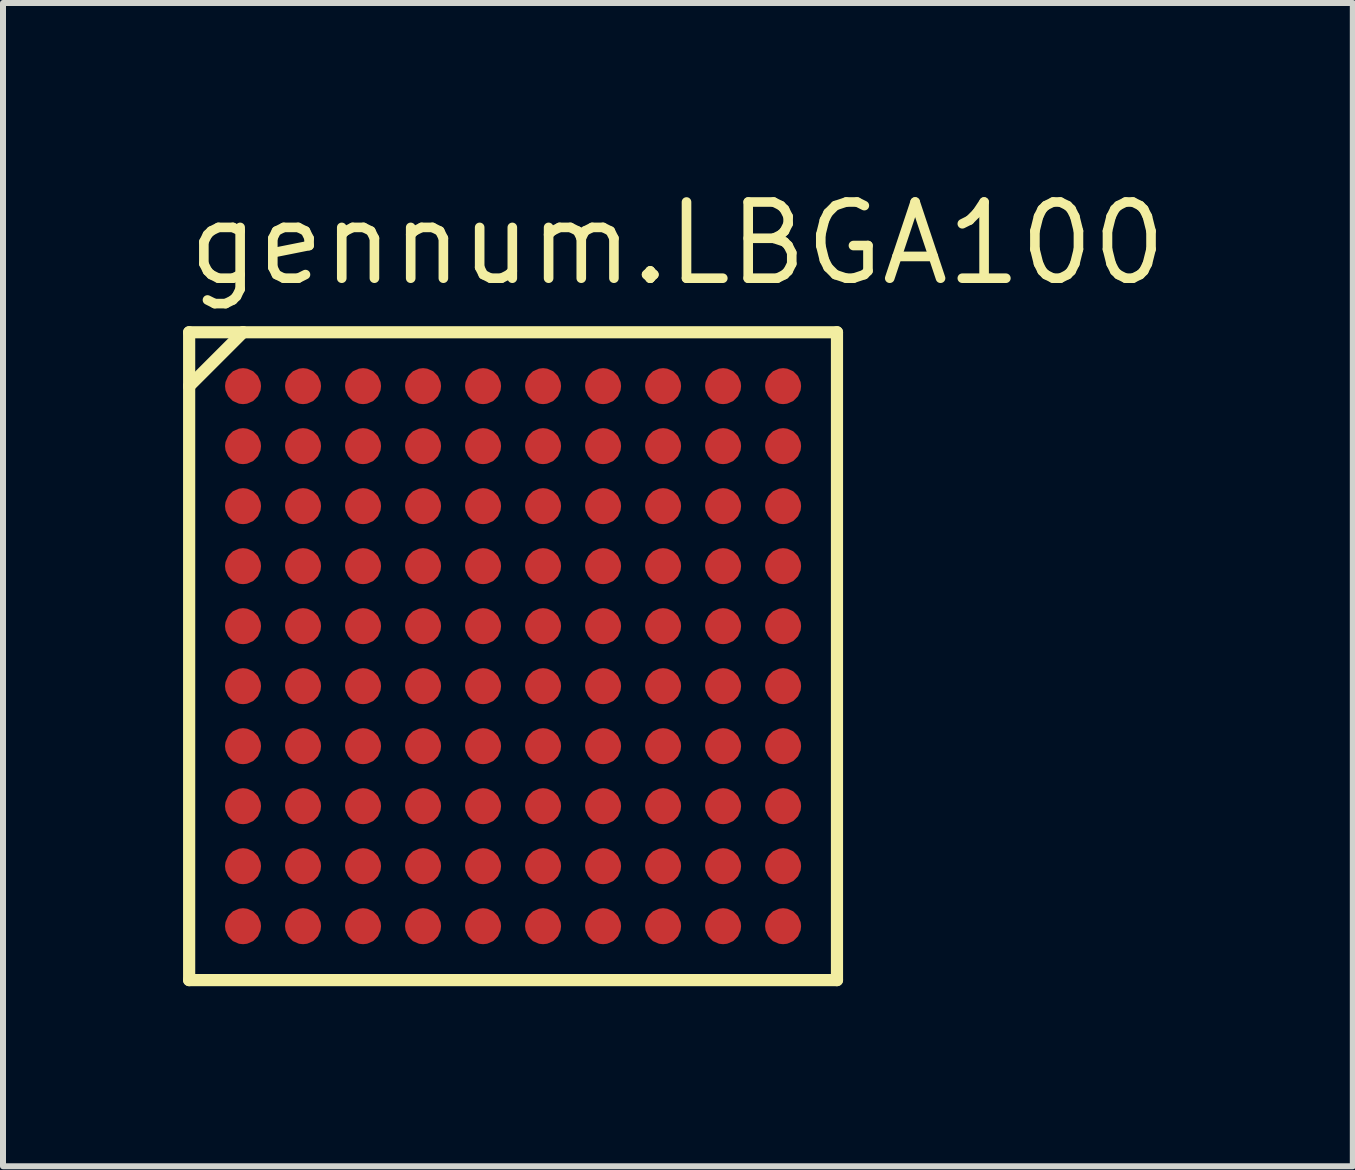
<source format=kicad_pcb>
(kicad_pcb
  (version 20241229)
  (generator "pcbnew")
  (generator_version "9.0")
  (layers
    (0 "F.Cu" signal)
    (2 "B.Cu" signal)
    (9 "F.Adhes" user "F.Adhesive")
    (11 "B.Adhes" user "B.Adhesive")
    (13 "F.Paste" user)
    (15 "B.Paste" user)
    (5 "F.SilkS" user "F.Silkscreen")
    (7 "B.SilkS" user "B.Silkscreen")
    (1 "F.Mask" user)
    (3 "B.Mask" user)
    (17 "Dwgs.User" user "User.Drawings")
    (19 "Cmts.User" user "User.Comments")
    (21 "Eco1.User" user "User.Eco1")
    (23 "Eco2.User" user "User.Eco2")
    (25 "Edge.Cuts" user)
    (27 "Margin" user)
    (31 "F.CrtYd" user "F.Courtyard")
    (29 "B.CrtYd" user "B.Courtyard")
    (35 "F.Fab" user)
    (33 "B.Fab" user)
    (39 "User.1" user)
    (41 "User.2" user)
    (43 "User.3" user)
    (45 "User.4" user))
  (footprint "gennum.LBGA100"
    (layer "F.Cu")
    (at 5.5 7.885)
    (property "Reference" "gennum.LBGA100" (at -5.5 -6.135 0) (layer "F.SilkS") (effects (font (size 1.27 1.27) (thickness 0.16)) (justify left bottom)))
    (attr smd)
    (fp_circle (center -4.5 -4.5) (end -4.25 -4.5) (stroke (width 0.1) (type default)) (fill no) (layer "F.Mask"))
    (fp_circle (center -4.5 -3.5) (end -4.25 -3.5) (stroke (width 0.1) (type default)) (fill no) (layer "F.Mask"))
    (fp_circle (center -4.5 -2.5) (end -4.25 -2.5) (stroke (width 0.1) (type default)) (fill no) (layer "F.Mask"))
    (fp_circle (center -4.5 -1.5) (end -4.25 -1.5) (stroke (width 0.1) (type default)) (fill no) (layer "F.Mask"))
    (fp_circle (center -4.5 -0.5) (end -4.25 -0.5) (stroke (width 0.1) (type default)) (fill no) (layer "F.Mask"))
    (fp_circle (center -4.5 0.5) (end -4.25 0.5) (stroke (width 0.1) (type default)) (fill no) (layer "F.Mask"))
    (fp_circle (center -4.5 1.5) (end -4.25 1.5) (stroke (width 0.1) (type default)) (fill no) (layer "F.Mask"))
    (fp_circle (center -4.5 2.5) (end -4.25 2.5) (stroke (width 0.1) (type default)) (fill no) (layer "F.Mask"))
    (fp_circle (center -4.5 3.5) (end -4.25 3.5) (stroke (width 0.1) (type default)) (fill no) (layer "F.Mask"))
    (fp_circle (center -4.5 4.5) (end -4.25 4.5) (stroke (width 0.1) (type default)) (fill no) (layer "F.Mask"))
    (fp_circle (center -3.5 -4.5) (end -3.25 -4.5) (stroke (width 0.1) (type default)) (fill no) (layer "F.Mask"))
    (fp_circle (center -3.5 -3.5) (end -3.25 -3.5) (stroke (width 0.1) (type default)) (fill no) (layer "F.Mask"))
    (fp_circle (center -3.5 -2.5) (end -3.25 -2.5) (stroke (width 0.1) (type default)) (fill no) (layer "F.Mask"))
    (fp_circle (center -3.5 -1.5) (end -3.25 -1.5) (stroke (width 0.1) (type default)) (fill no) (layer "F.Mask"))
    (fp_circle (center -3.5 -0.5) (end -3.25 -0.5) (stroke (width 0.1) (type default)) (fill no) (layer "F.Mask"))
    (fp_circle (center -3.5 0.5) (end -3.25 0.5) (stroke (width 0.1) (type default)) (fill no) (layer "F.Mask"))
    (fp_circle (center -3.5 1.5) (end -3.25 1.5) (stroke (width 0.1) (type default)) (fill no) (layer "F.Mask"))
    (fp_circle (center -3.5 2.5) (end -3.25 2.5) (stroke (width 0.1) (type default)) (fill no) (layer "F.Mask"))
    (fp_circle (center -3.5 3.5) (end -3.25 3.5) (stroke (width 0.1) (type default)) (fill no) (layer "F.Mask"))
    (fp_circle (center -3.5 4.5) (end -3.25 4.5) (stroke (width 0.1) (type default)) (fill no) (layer "F.Mask"))
    (fp_circle (center -2.5 -4.5) (end -2.25 -4.5) (stroke (width 0.1) (type default)) (fill no) (layer "F.Mask"))
    (fp_circle (center -2.5 -3.5) (end -2.25 -3.5) (stroke (width 0.1) (type default)) (fill no) (layer "F.Mask"))
    (fp_circle (center -2.5 -2.5) (end -2.25 -2.5) (stroke (width 0.1) (type default)) (fill no) (layer "F.Mask"))
    (fp_circle (center -2.5 -1.5) (end -2.25 -1.5) (stroke (width 0.1) (type default)) (fill no) (layer "F.Mask"))
    (fp_circle (center -2.5 -0.5) (end -2.25 -0.5) (stroke (width 0.1) (type default)) (fill no) (layer "F.Mask"))
    (fp_circle (center -2.5 0.5) (end -2.25 0.5) (stroke (width 0.1) (type default)) (fill no) (layer "F.Mask"))
    (fp_circle (center -2.5 1.5) (end -2.25 1.5) (stroke (width 0.1) (type default)) (fill no) (layer "F.Mask"))
    (fp_circle (center -2.5 2.5) (end -2.25 2.5) (stroke (width 0.1) (type default)) (fill no) (layer "F.Mask"))
    (fp_circle (center -2.5 3.5) (end -2.25 3.5) (stroke (width 0.1) (type default)) (fill no) (layer "F.Mask"))
    (fp_circle (center -2.5 4.5) (end -2.25 4.5) (stroke (width 0.1) (type default)) (fill no) (layer "F.Mask"))
    (fp_circle (center -1.5 -4.5) (end -1.25 -4.5) (stroke (width 0.1) (type default)) (fill no) (layer "F.Mask"))
    (fp_circle (center -1.5 -3.5) (end -1.25 -3.5) (stroke (width 0.1) (type default)) (fill no) (layer "F.Mask"))
    (fp_circle (center -1.5 -2.5) (end -1.25 -2.5) (stroke (width 0.1) (type default)) (fill no) (layer "F.Mask"))
    (fp_circle (center -1.5 -1.5) (end -1.25 -1.5) (stroke (width 0.1) (type default)) (fill no) (layer "F.Mask"))
    (fp_circle (center -1.5 -0.5) (end -1.25 -0.5) (stroke (width 0.1) (type default)) (fill no) (layer "F.Mask"))
    (fp_circle (center -1.5 0.5) (end -1.25 0.5) (stroke (width 0.1) (type default)) (fill no) (layer "F.Mask"))
    (fp_circle (center -1.5 1.5) (end -1.25 1.5) (stroke (width 0.1) (type default)) (fill no) (layer "F.Mask"))
    (fp_circle (center -1.5 2.5) (end -1.25 2.5) (stroke (width 0.1) (type default)) (fill no) (layer "F.Mask"))
    (fp_circle (center -1.5 3.5) (end -1.25 3.5) (stroke (width 0.1) (type default)) (fill no) (layer "F.Mask"))
    (fp_circle (center -1.5 4.5) (end -1.25 4.5) (stroke (width 0.1) (type default)) (fill no) (layer "F.Mask"))
    (fp_circle (center -0.5 -4.5) (end -0.25 -4.5) (stroke (width 0.1) (type default)) (fill no) (layer "F.Mask"))
    (fp_circle (center -0.5 -3.5) (end -0.25 -3.5) (stroke (width 0.1) (type default)) (fill no) (layer "F.Mask"))
    (fp_circle (center -0.5 -2.5) (end -0.25 -2.5) (stroke (width 0.1) (type default)) (fill no) (layer "F.Mask"))
    (fp_circle (center -0.5 -1.5) (end -0.25 -1.5) (stroke (width 0.1) (type default)) (fill no) (layer "F.Mask"))
    (fp_circle (center -0.5 -0.5) (end -0.25 -0.5) (stroke (width 0.1) (type default)) (fill no) (layer "F.Mask"))
    (fp_circle (center -0.5 0.5) (end -0.25 0.5) (stroke (width 0.1) (type default)) (fill no) (layer "F.Mask"))
    (fp_circle (center -0.5 1.5) (end -0.25 1.5) (stroke (width 0.1) (type default)) (fill no) (layer "F.Mask"))
    (fp_circle (center -0.5 2.5) (end -0.25 2.5) (stroke (width 0.1) (type default)) (fill no) (layer "F.Mask"))
    (fp_circle (center -0.5 3.5) (end -0.25 3.5) (stroke (width 0.1) (type default)) (fill no) (layer "F.Mask"))
    (fp_circle (center -0.5 4.5) (end -0.25 4.5) (stroke (width 0.1) (type default)) (fill no) (layer "F.Mask"))
    (fp_circle (center 0.5 -4.5) (end 0.75 -4.5) (stroke (width 0.1) (type default)) (fill no) (layer "F.Mask"))
    (fp_circle (center 0.5 -3.5) (end 0.75 -3.5) (stroke (width 0.1) (type default)) (fill no) (layer "F.Mask"))
    (fp_circle (center 0.5 -2.5) (end 0.75 -2.5) (stroke (width 0.1) (type default)) (fill no) (layer "F.Mask"))
    (fp_circle (center 0.5 -1.5) (end 0.75 -1.5) (stroke (width 0.1) (type default)) (fill no) (layer "F.Mask"))
    (fp_circle (center 0.5 -0.5) (end 0.75 -0.5) (stroke (width 0.1) (type default)) (fill no) (layer "F.Mask"))
    (fp_circle (center 0.5 0.5) (end 0.75 0.5) (stroke (width 0.1) (type default)) (fill no) (layer "F.Mask"))
    (fp_circle (center 0.5 1.5) (end 0.75 1.5) (stroke (width 0.1) (type default)) (fill no) (layer "F.Mask"))
    (fp_circle (center 0.5 2.5) (end 0.75 2.5) (stroke (width 0.1) (type default)) (fill no) (layer "F.Mask"))
    (fp_circle (center 0.5 3.5) (end 0.75 3.5) (stroke (width 0.1) (type default)) (fill no) (layer "F.Mask"))
    (fp_circle (center 0.5 4.5) (end 0.75 4.5) (stroke (width 0.1) (type default)) (fill no) (layer "F.Mask"))
    (fp_circle (center 1.5 -4.5) (end 1.75 -4.5) (stroke (width 0.1) (type default)) (fill no) (layer "F.Mask"))
    (fp_circle (center 1.5 -3.5) (end 1.75 -3.5) (stroke (width 0.1) (type default)) (fill no) (layer "F.Mask"))
    (fp_circle (center 1.5 -2.5) (end 1.75 -2.5) (stroke (width 0.1) (type default)) (fill no) (layer "F.Mask"))
    (fp_circle (center 1.5 -1.5) (end 1.75 -1.5) (stroke (width 0.1) (type default)) (fill no) (layer "F.Mask"))
    (fp_circle (center 1.5 -0.5) (end 1.75 -0.5) (stroke (width 0.1) (type default)) (fill no) (layer "F.Mask"))
    (fp_circle (center 1.5 0.5) (end 1.75 0.5) (stroke (width 0.1) (type default)) (fill no) (layer "F.Mask"))
    (fp_circle (center 1.5 1.5) (end 1.75 1.5) (stroke (width 0.1) (type default)) (fill no) (layer "F.Mask"))
    (fp_circle (center 1.5 2.5) (end 1.75 2.5) (stroke (width 0.1) (type default)) (fill no) (layer "F.Mask"))
    (fp_circle (center 1.5 3.5) (end 1.75 3.5) (stroke (width 0.1) (type default)) (fill no) (layer "F.Mask"))
    (fp_circle (center 1.5 4.5) (end 1.75 4.5) (stroke (width 0.1) (type default)) (fill no) (layer "F.Mask"))
    (fp_circle (center 2.5 -4.5) (end 2.75 -4.5) (stroke (width 0.1) (type default)) (fill no) (layer "F.Mask"))
    (fp_circle (center 2.5 -3.5) (end 2.75 -3.5) (stroke (width 0.1) (type default)) (fill no) (layer "F.Mask"))
    (fp_circle (center 2.5 -2.5) (end 2.75 -2.5) (stroke (width 0.1) (type default)) (fill no) (layer "F.Mask"))
    (fp_circle (center 2.5 -1.5) (end 2.75 -1.5) (stroke (width 0.1) (type default)) (fill no) (layer "F.Mask"))
    (fp_circle (center 2.5 -0.5) (end 2.75 -0.5) (stroke (width 0.1) (type default)) (fill no) (layer "F.Mask"))
    (fp_circle (center 2.5 0.5) (end 2.75 0.5) (stroke (width 0.1) (type default)) (fill no) (layer "F.Mask"))
    (fp_circle (center 2.5 1.5) (end 2.75 1.5) (stroke (width 0.1) (type default)) (fill no) (layer "F.Mask"))
    (fp_circle (center 2.5 2.5) (end 2.75 2.5) (stroke (width 0.1) (type default)) (fill no) (layer "F.Mask"))
    (fp_circle (center 2.5 3.5) (end 2.75 3.5) (stroke (width 0.1) (type default)) (fill no) (layer "F.Mask"))
    (fp_circle (center 2.5 4.5) (end 2.75 4.5) (stroke (width 0.1) (type default)) (fill no) (layer "F.Mask"))
    (fp_circle (center 3.5 -4.5) (end 3.75 -4.5) (stroke (width 0.1) (type default)) (fill no) (layer "F.Mask"))
    (fp_circle (center 3.5 -3.5) (end 3.75 -3.5) (stroke (width 0.1) (type default)) (fill no) (layer "F.Mask"))
    (fp_circle (center 3.5 -2.5) (end 3.75 -2.5) (stroke (width 0.1) (type default)) (fill no) (layer "F.Mask"))
    (fp_circle (center 3.5 -1.5) (end 3.75 -1.5) (stroke (width 0.1) (type default)) (fill no) (layer "F.Mask"))
    (fp_circle (center 3.5 -0.5) (end 3.75 -0.5) (stroke (width 0.1) (type default)) (fill no) (layer "F.Mask"))
    (fp_circle (center 3.5 0.5) (end 3.75 0.5) (stroke (width 0.1) (type default)) (fill no) (layer "F.Mask"))
    (fp_circle (center 3.5 1.5) (end 3.75 1.5) (stroke (width 0.1) (type default)) (fill no) (layer "F.Mask"))
    (fp_circle (center 3.5 2.5) (end 3.75 2.5) (stroke (width 0.1) (type default)) (fill no) (layer "F.Mask"))
    (fp_circle (center 3.5 3.5) (end 3.75 3.5) (stroke (width 0.1) (type default)) (fill no) (layer "F.Mask"))
    (fp_circle (center 3.5 4.5) (end 3.75 4.5) (stroke (width 0.1) (type default)) (fill no) (layer "F.Mask"))
    (fp_circle (center 4.5 -4.5) (end 4.75 -4.5) (stroke (width 0.1) (type default)) (fill no) (layer "F.Mask"))
    (fp_circle (center 4.5 -3.5) (end 4.75 -3.5) (stroke (width 0.1) (type default)) (fill no) (layer "F.Mask"))
    (fp_circle (center 4.5 -2.5) (end 4.75 -2.5) (stroke (width 0.1) (type default)) (fill no) (layer "F.Mask"))
    (fp_circle (center 4.5 -1.5) (end 4.75 -1.5) (stroke (width 0.1) (type default)) (fill no) (layer "F.Mask"))
    (fp_circle (center 4.5 -0.5) (end 4.75 -0.5) (stroke (width 0.1) (type default)) (fill no) (layer "F.Mask"))
    (fp_circle (center 4.5 0.5) (end 4.75 0.5) (stroke (width 0.1) (type default)) (fill no) (layer "F.Mask"))
    (fp_circle (center 4.5 1.5) (end 4.75 1.5) (stroke (width 0.1) (type default)) (fill no) (layer "F.Mask"))
    (fp_circle (center 4.5 2.5) (end 4.75 2.5) (stroke (width 0.1) (type default)) (fill no) (layer "F.Mask"))
    (fp_circle (center 4.5 3.5) (end 4.75 3.5) (stroke (width 0.1) (type default)) (fill no) (layer "F.Mask"))
    (fp_circle (center 4.5 4.5) (end 4.75 4.5) (stroke (width 0.1) (type default)) (fill no) (layer "F.Mask"))
    (fp_line (start -5.398 -5.398) (end -5.398 -4.5) (stroke (width 0.203) (type default)) (layer "F.SilkS"))
    (fp_line (start -5.398 -4.5) (end -5.398 5.398) (stroke (width 0.203) (type default)) (layer "F.SilkS"))
    (fp_line (start -5.398 -4.5) (end -4.5 -5.398) (stroke (width 0.203) (type default)) (layer "F.SilkS"))
    (fp_line (start -5.398 5.398) (end 5.398 5.398) (stroke (width 0.203) (type default)) (layer "F.SilkS"))
    (fp_line (start -4.5 -5.398) (end -5.398 -5.398) (stroke (width 0.203) (type default)) (layer "F.SilkS"))
    (fp_line (start 5.398 -5.398) (end -4.5 -5.398) (stroke (width 0.203) (type default)) (layer "F.SilkS"))
    (fp_line (start 5.398 5.398) (end 5.398 -5.398) (stroke (width 0.203) (type default)) (layer "F.SilkS"))
    (pad "A1" smd roundrect (at -4.5 -4.5) (size 0.6 0.6) (layers "F.Cu" "F.Mask" "F.Paste") (roundrect_rratio 0.5))
    (pad "A2" smd roundrect (at -3.5 -4.5) (size 0.6 0.6) (layers "F.Cu" "F.Mask" "F.Paste") (roundrect_rratio 0.5))
    (pad "A3" smd roundrect (at -2.5 -4.5) (size 0.6 0.6) (layers "F.Cu" "F.Mask" "F.Paste") (roundrect_rratio 0.5))
    (pad "A4" smd roundrect (at -1.5 -4.5) (size 0.6 0.6) (layers "F.Cu" "F.Mask" "F.Paste") (roundrect_rratio 0.5))
    (pad "A5" smd roundrect (at -0.5 -4.5) (size 0.6 0.6) (layers "F.Cu" "F.Mask" "F.Paste") (roundrect_rratio 0.5))
    (pad "A6" smd roundrect (at 0.5 -4.5) (size 0.6 0.6) (layers "F.Cu" "F.Mask" "F.Paste") (roundrect_rratio 0.5))
    (pad "A7" smd roundrect (at 1.5 -4.5) (size 0.6 0.6) (layers "F.Cu" "F.Mask" "F.Paste") (roundrect_rratio 0.5))
    (pad "A8" smd roundrect (at 2.5 -4.5) (size 0.6 0.6) (layers "F.Cu" "F.Mask" "F.Paste") (roundrect_rratio 0.5))
    (pad "A9" smd roundrect (at 3.5 -4.5) (size 0.6 0.6) (layers "F.Cu" "F.Mask" "F.Paste") (roundrect_rratio 0.5))
    (pad "A10" smd roundrect (at 4.5 -4.5) (size 0.6 0.6) (layers "F.Cu" "F.Mask" "F.Paste") (roundrect_rratio 0.5))
    (pad "B1" smd roundrect (at -4.5 -3.5) (size 0.6 0.6) (layers "F.Cu" "F.Mask" "F.Paste") (roundrect_rratio 0.5))
    (pad "B2" smd roundrect (at -3.5 -3.5) (size 0.6 0.6) (layers "F.Cu" "F.Mask" "F.Paste") (roundrect_rratio 0.5))
    (pad "B3" smd roundrect (at -2.5 -3.5) (size 0.6 0.6) (layers "F.Cu" "F.Mask" "F.Paste") (roundrect_rratio 0.5))
    (pad "B4" smd roundrect (at -1.5 -3.5) (size 0.6 0.6) (layers "F.Cu" "F.Mask" "F.Paste") (roundrect_rratio 0.5))
    (pad "B5" smd roundrect (at -0.5 -3.5) (size 0.6 0.6) (layers "F.Cu" "F.Mask" "F.Paste") (roundrect_rratio 0.5))
    (pad "B6" smd roundrect (at 0.5 -3.5) (size 0.6 0.6) (layers "F.Cu" "F.Mask" "F.Paste") (roundrect_rratio 0.5))
    (pad "B7" smd roundrect (at 1.5 -3.5) (size 0.6 0.6) (layers "F.Cu" "F.Mask" "F.Paste") (roundrect_rratio 0.5))
    (pad "B8" smd roundrect (at 2.5 -3.5) (size 0.6 0.6) (layers "F.Cu" "F.Mask" "F.Paste") (roundrect_rratio 0.5))
    (pad "B9" smd roundrect (at 3.5 -3.5) (size 0.6 0.6) (layers "F.Cu" "F.Mask" "F.Paste") (roundrect_rratio 0.5))
    (pad "B10" smd roundrect (at 4.5 -3.5) (size 0.6 0.6) (layers "F.Cu" "F.Mask" "F.Paste") (roundrect_rratio 0.5))
    (pad "C1" smd roundrect (at -4.5 -2.5) (size 0.6 0.6) (layers "F.Cu" "F.Mask" "F.Paste") (roundrect_rratio 0.5))
    (pad "C2" smd roundrect (at -3.5 -2.5) (size 0.6 0.6) (layers "F.Cu" "F.Mask" "F.Paste") (roundrect_rratio 0.5))
    (pad "C3" smd roundrect (at -2.5 -2.5) (size 0.6 0.6) (layers "F.Cu" "F.Mask" "F.Paste") (roundrect_rratio 0.5))
    (pad "C4" smd roundrect (at -1.5 -2.5) (size 0.6 0.6) (layers "F.Cu" "F.Mask" "F.Paste") (roundrect_rratio 0.5))
    (pad "C5" smd roundrect (at -0.5 -2.5) (size 0.6 0.6) (layers "F.Cu" "F.Mask" "F.Paste") (roundrect_rratio 0.5))
    (pad "C6" smd roundrect (at 0.5 -2.5) (size 0.6 0.6) (layers "F.Cu" "F.Mask" "F.Paste") (roundrect_rratio 0.5))
    (pad "C7" smd roundrect (at 1.5 -2.5) (size 0.6 0.6) (layers "F.Cu" "F.Mask" "F.Paste") (roundrect_rratio 0.5))
    (pad "C8" smd roundrect (at 2.5 -2.5) (size 0.6 0.6) (layers "F.Cu" "F.Mask" "F.Paste") (roundrect_rratio 0.5))
    (pad "C9" smd roundrect (at 3.5 -2.5) (size 0.6 0.6) (layers "F.Cu" "F.Mask" "F.Paste") (roundrect_rratio 0.5))
    (pad "C10" smd roundrect (at 4.5 -2.5) (size 0.6 0.6) (layers "F.Cu" "F.Mask" "F.Paste") (roundrect_rratio 0.5))
    (pad "D1" smd roundrect (at -4.5 -1.5) (size 0.6 0.6) (layers "F.Cu" "F.Mask" "F.Paste") (roundrect_rratio 0.5))
    (pad "D2" smd roundrect (at -3.5 -1.5) (size 0.6 0.6) (layers "F.Cu" "F.Mask" "F.Paste") (roundrect_rratio 0.5))
    (pad "D3" smd roundrect (at -2.5 -1.5) (size 0.6 0.6) (layers "F.Cu" "F.Mask" "F.Paste") (roundrect_rratio 0.5))
    (pad "D4" smd roundrect (at -1.5 -1.5) (size 0.6 0.6) (layers "F.Cu" "F.Mask" "F.Paste") (roundrect_rratio 0.5))
    (pad "D5" smd roundrect (at -0.5 -1.5) (size 0.6 0.6) (layers "F.Cu" "F.Mask" "F.Paste") (roundrect_rratio 0.5))
    (pad "D6" smd roundrect (at 0.5 -1.5) (size 0.6 0.6) (layers "F.Cu" "F.Mask" "F.Paste") (roundrect_rratio 0.5))
    (pad "D7" smd roundrect (at 1.5 -1.5) (size 0.6 0.6) (layers "F.Cu" "F.Mask" "F.Paste") (roundrect_rratio 0.5))
    (pad "D8" smd roundrect (at 2.5 -1.5) (size 0.6 0.6) (layers "F.Cu" "F.Mask" "F.Paste") (roundrect_rratio 0.5))
    (pad "D9" smd roundrect (at 3.5 -1.5) (size 0.6 0.6) (layers "F.Cu" "F.Mask" "F.Paste") (roundrect_rratio 0.5))
    (pad "D10" smd roundrect (at 4.5 -1.5) (size 0.6 0.6) (layers "F.Cu" "F.Mask" "F.Paste") (roundrect_rratio 0.5))
    (pad "E1" smd roundrect (at -4.5 -0.5) (size 0.6 0.6) (layers "F.Cu" "F.Mask" "F.Paste") (roundrect_rratio 0.5))
    (pad "E2" smd roundrect (at -3.5 -0.5) (size 0.6 0.6) (layers "F.Cu" "F.Mask" "F.Paste") (roundrect_rratio 0.5))
    (pad "E3" smd roundrect (at -2.5 -0.5) (size 0.6 0.6) (layers "F.Cu" "F.Mask" "F.Paste") (roundrect_rratio 0.5))
    (pad "E4" smd roundrect (at -1.5 -0.5) (size 0.6 0.6) (layers "F.Cu" "F.Mask" "F.Paste") (roundrect_rratio 0.5))
    (pad "E5" smd roundrect (at -0.5 -0.5) (size 0.6 0.6) (layers "F.Cu" "F.Mask" "F.Paste") (roundrect_rratio 0.5))
    (pad "E6" smd roundrect (at 0.5 -0.5) (size 0.6 0.6) (layers "F.Cu" "F.Mask" "F.Paste") (roundrect_rratio 0.5))
    (pad "E7" smd roundrect (at 1.5 -0.5) (size 0.6 0.6) (layers "F.Cu" "F.Mask" "F.Paste") (roundrect_rratio 0.5))
    (pad "E8" smd roundrect (at 2.5 -0.5) (size 0.6 0.6) (layers "F.Cu" "F.Mask" "F.Paste") (roundrect_rratio 0.5))
    (pad "E9" smd roundrect (at 3.5 -0.5) (size 0.6 0.6) (layers "F.Cu" "F.Mask" "F.Paste") (roundrect_rratio 0.5))
    (pad "E10" smd roundrect (at 4.5 -0.5) (size 0.6 0.6) (layers "F.Cu" "F.Mask" "F.Paste") (roundrect_rratio 0.5))
    (pad "F1" smd roundrect (at -4.5 0.5) (size 0.6 0.6) (layers "F.Cu" "F.Mask" "F.Paste") (roundrect_rratio 0.5))
    (pad "F2" smd roundrect (at -3.5 0.5) (size 0.6 0.6) (layers "F.Cu" "F.Mask" "F.Paste") (roundrect_rratio 0.5))
    (pad "F3" smd roundrect (at -2.5 0.5) (size 0.6 0.6) (layers "F.Cu" "F.Mask" "F.Paste") (roundrect_rratio 0.5))
    (pad "F4" smd roundrect (at -1.5 0.5) (size 0.6 0.6) (layers "F.Cu" "F.Mask" "F.Paste") (roundrect_rratio 0.5))
    (pad "F5" smd roundrect (at -0.5 0.5) (size 0.6 0.6) (layers "F.Cu" "F.Mask" "F.Paste") (roundrect_rratio 0.5))
    (pad "F6" smd roundrect (at 0.5 0.5) (size 0.6 0.6) (layers "F.Cu" "F.Mask" "F.Paste") (roundrect_rratio 0.5))
    (pad "F7" smd roundrect (at 1.5 0.5) (size 0.6 0.6) (layers "F.Cu" "F.Mask" "F.Paste") (roundrect_rratio 0.5))
    (pad "F8" smd roundrect (at 2.5 0.5) (size 0.6 0.6) (layers "F.Cu" "F.Mask" "F.Paste") (roundrect_rratio 0.5))
    (pad "F9" smd roundrect (at 3.5 0.5) (size 0.6 0.6) (layers "F.Cu" "F.Mask" "F.Paste") (roundrect_rratio 0.5))
    (pad "F10" smd roundrect (at 4.5 0.5) (size 0.6 0.6) (layers "F.Cu" "F.Mask" "F.Paste") (roundrect_rratio 0.5))
    (pad "G1" smd roundrect (at -4.5 1.5) (size 0.6 0.6) (layers "F.Cu" "F.Mask" "F.Paste") (roundrect_rratio 0.5))
    (pad "G2" smd roundrect (at -3.5 1.5) (size 0.6 0.6) (layers "F.Cu" "F.Mask" "F.Paste") (roundrect_rratio 0.5))
    (pad "G3" smd roundrect (at -2.5 1.5) (size 0.6 0.6) (layers "F.Cu" "F.Mask" "F.Paste") (roundrect_rratio 0.5))
    (pad "G4" smd roundrect (at -1.5 1.5) (size 0.6 0.6) (layers "F.Cu" "F.Mask" "F.Paste") (roundrect_rratio 0.5))
    (pad "G5" smd roundrect (at -0.5 1.5) (size 0.6 0.6) (layers "F.Cu" "F.Mask" "F.Paste") (roundrect_rratio 0.5))
    (pad "G6" smd roundrect (at 0.5 1.5) (size 0.6 0.6) (layers "F.Cu" "F.Mask" "F.Paste") (roundrect_rratio 0.5))
    (pad "G7" smd roundrect (at 1.5 1.5) (size 0.6 0.6) (layers "F.Cu" "F.Mask" "F.Paste") (roundrect_rratio 0.5))
    (pad "G8" smd roundrect (at 2.5 1.5) (size 0.6 0.6) (layers "F.Cu" "F.Mask" "F.Paste") (roundrect_rratio 0.5))
    (pad "G9" smd roundrect (at 3.5 1.5) (size 0.6 0.6) (layers "F.Cu" "F.Mask" "F.Paste") (roundrect_rratio 0.5))
    (pad "G10" smd roundrect (at 4.5 1.5) (size 0.6 0.6) (layers "F.Cu" "F.Mask" "F.Paste") (roundrect_rratio 0.5))
    (pad "H1" smd roundrect (at -4.5 2.5) (size 0.6 0.6) (layers "F.Cu" "F.Mask" "F.Paste") (roundrect_rratio 0.5))
    (pad "H2" smd roundrect (at -3.5 2.5) (size 0.6 0.6) (layers "F.Cu" "F.Mask" "F.Paste") (roundrect_rratio 0.5))
    (pad "H3" smd roundrect (at -2.5 2.5) (size 0.6 0.6) (layers "F.Cu" "F.Mask" "F.Paste") (roundrect_rratio 0.5))
    (pad "H4" smd roundrect (at -1.5 2.5) (size 0.6 0.6) (layers "F.Cu" "F.Mask" "F.Paste") (roundrect_rratio 0.5))
    (pad "H5" smd roundrect (at -0.5 2.5) (size 0.6 0.6) (layers "F.Cu" "F.Mask" "F.Paste") (roundrect_rratio 0.5))
    (pad "H6" smd roundrect (at 0.5 2.5) (size 0.6 0.6) (layers "F.Cu" "F.Mask" "F.Paste") (roundrect_rratio 0.5))
    (pad "H7" smd roundrect (at 1.5 2.5) (size 0.6 0.6) (layers "F.Cu" "F.Mask" "F.Paste") (roundrect_rratio 0.5))
    (pad "H8" smd roundrect (at 2.5 2.5) (size 0.6 0.6) (layers "F.Cu" "F.Mask" "F.Paste") (roundrect_rratio 0.5))
    (pad "H9" smd roundrect (at 3.5 2.5) (size 0.6 0.6) (layers "F.Cu" "F.Mask" "F.Paste") (roundrect_rratio 0.5))
    (pad "H10" smd roundrect (at 4.5 2.5) (size 0.6 0.6) (layers "F.Cu" "F.Mask" "F.Paste") (roundrect_rratio 0.5))
    (pad "J1" smd roundrect (at -4.5 3.5) (size 0.6 0.6) (layers "F.Cu" "F.Mask" "F.Paste") (roundrect_rratio 0.5))
    (pad "J2" smd roundrect (at -3.5 3.5) (size 0.6 0.6) (layers "F.Cu" "F.Mask" "F.Paste") (roundrect_rratio 0.5))
    (pad "J3" smd roundrect (at -2.5 3.5) (size 0.6 0.6) (layers "F.Cu" "F.Mask" "F.Paste") (roundrect_rratio 0.5))
    (pad "J4" smd roundrect (at -1.5 3.5) (size 0.6 0.6) (layers "F.Cu" "F.Mask" "F.Paste") (roundrect_rratio 0.5))
    (pad "J5" smd roundrect (at -0.5 3.5) (size 0.6 0.6) (layers "F.Cu" "F.Mask" "F.Paste") (roundrect_rratio 0.5))
    (pad "J6" smd roundrect (at 0.5 3.5) (size 0.6 0.6) (layers "F.Cu" "F.Mask" "F.Paste") (roundrect_rratio 0.5))
    (pad "J7" smd roundrect (at 1.5 3.5) (size 0.6 0.6) (layers "F.Cu" "F.Mask" "F.Paste") (roundrect_rratio 0.5))
    (pad "J8" smd roundrect (at 2.5 3.5) (size 0.6 0.6) (layers "F.Cu" "F.Mask" "F.Paste") (roundrect_rratio 0.5))
    (pad "J9" smd roundrect (at 3.5 3.5) (size 0.6 0.6) (layers "F.Cu" "F.Mask" "F.Paste") (roundrect_rratio 0.5))
    (pad "J10" smd roundrect (at 4.5 3.5) (size 0.6 0.6) (layers "F.Cu" "F.Mask" "F.Paste") (roundrect_rratio 0.5))
    (pad "K1" smd roundrect (at -4.5 4.5) (size 0.6 0.6) (layers "F.Cu" "F.Mask" "F.Paste") (roundrect_rratio 0.5))
    (pad "K2" smd roundrect (at -3.5 4.5) (size 0.6 0.6) (layers "F.Cu" "F.Mask" "F.Paste") (roundrect_rratio 0.5))
    (pad "K3" smd roundrect (at -2.5 4.5) (size 0.6 0.6) (layers "F.Cu" "F.Mask" "F.Paste") (roundrect_rratio 0.5))
    (pad "K4" smd roundrect (at -1.5 4.5) (size 0.6 0.6) (layers "F.Cu" "F.Mask" "F.Paste") (roundrect_rratio 0.5))
    (pad "K5" smd roundrect (at -0.5 4.5) (size 0.6 0.6) (layers "F.Cu" "F.Mask" "F.Paste") (roundrect_rratio 0.5))
    (pad "K6" smd roundrect (at 0.5 4.5) (size 0.6 0.6) (layers "F.Cu" "F.Mask" "F.Paste") (roundrect_rratio 0.5))
    (pad "K7" smd roundrect (at 1.5 4.5) (size 0.6 0.6) (layers "F.Cu" "F.Mask" "F.Paste") (roundrect_rratio 0.5))
    (pad "K8" smd roundrect (at 2.5 4.5) (size 0.6 0.6) (layers "F.Cu" "F.Mask" "F.Paste") (roundrect_rratio 0.5))
    (pad "K9" smd roundrect (at 3.5 4.5) (size 0.6 0.6) (layers "F.Cu" "F.Mask" "F.Paste") (roundrect_rratio 0.5))
    (pad "K10" smd roundrect (at 4.5 4.5) (size 0.6 0.6) (layers "F.Cu" "F.Mask" "F.Paste") (roundrect_rratio 0.5)))
  (gr_rect
    (start -3 -3)
    (end 19.494 16.385)
    (stroke (width 0.1) (type default))
    (fill no)
    (layer "Edge.Cuts")))
</source>
